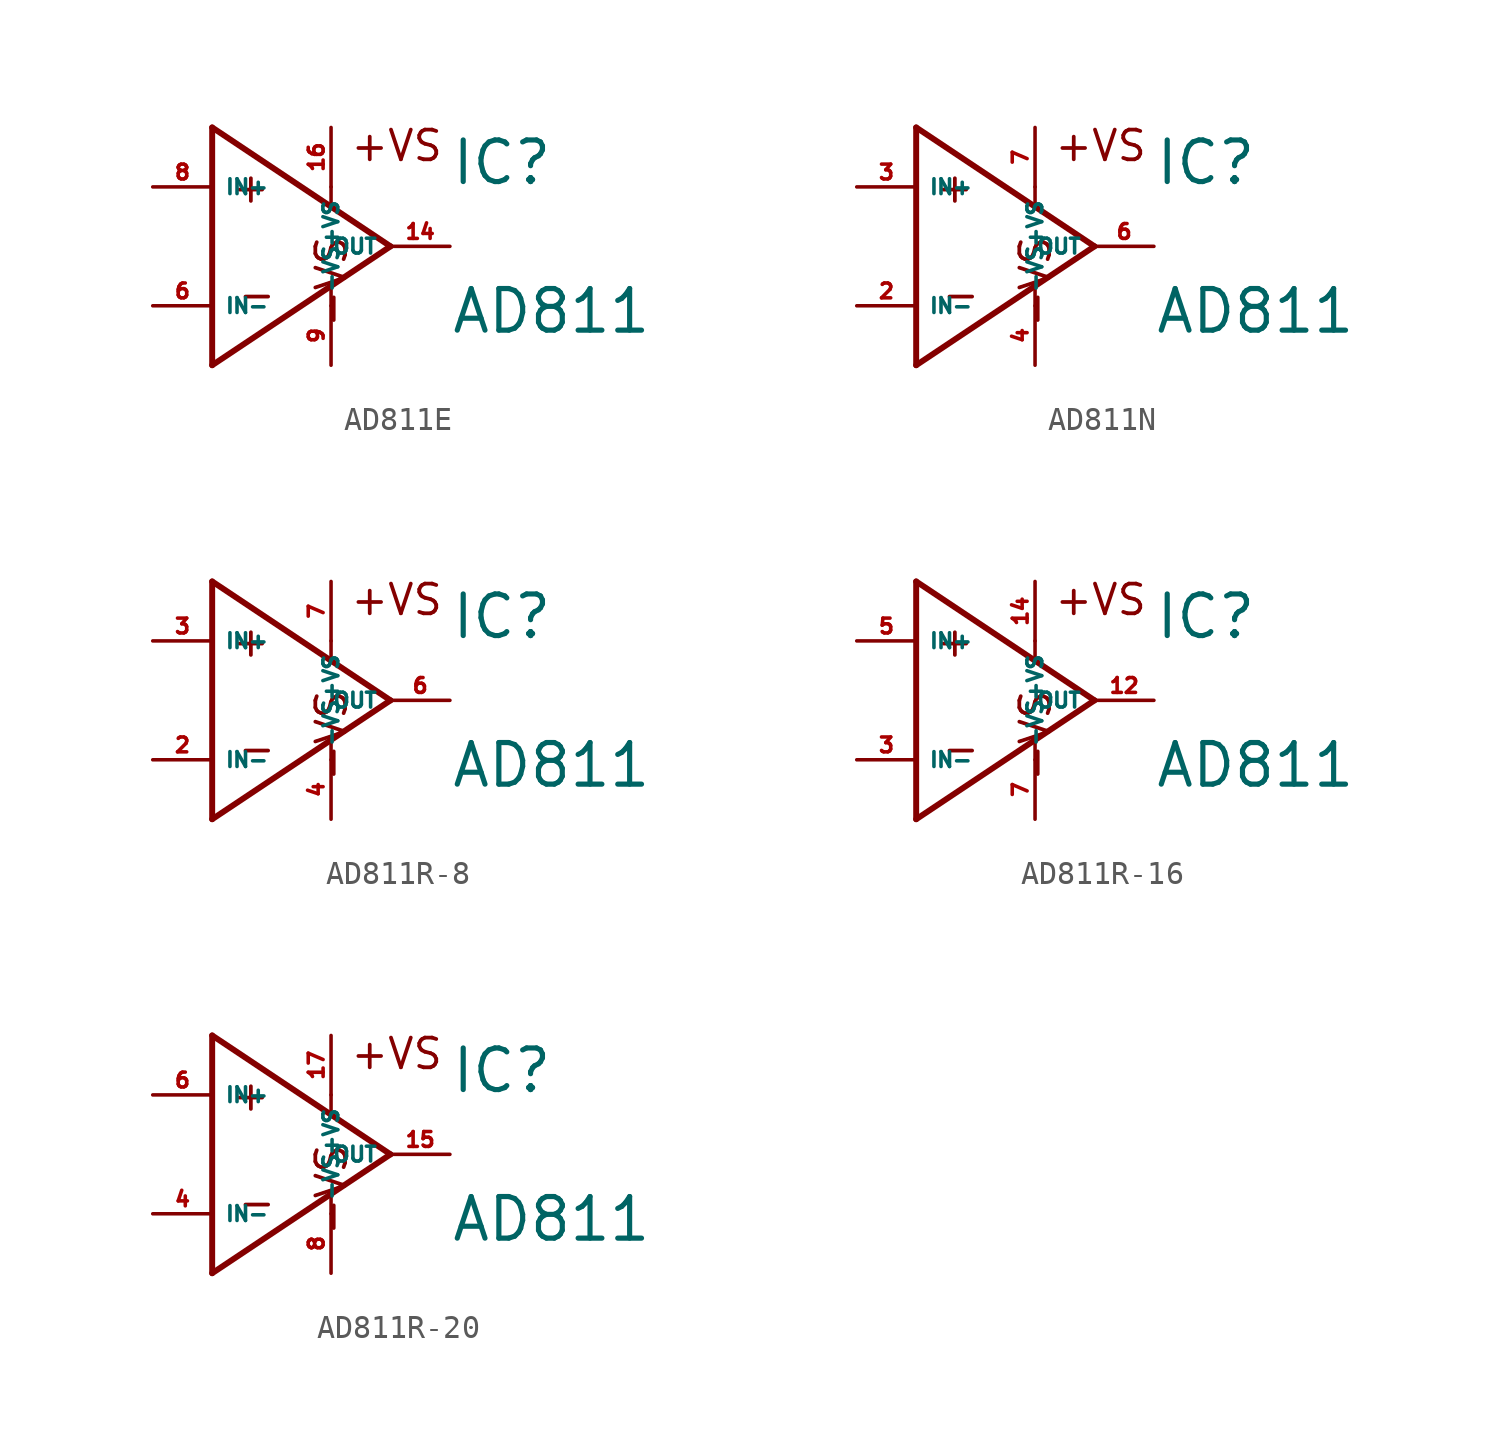
<source format=kicad_sym>
(kicad_symbol_lib
  (version 20220914)
  (generator Eagle2Kicad)
  (symbol "AD811E"
    (property "Reference" "IC"
      (at 7.62 2.54 0)
      (effects (font (size 1.778 1.778) (thickness 0.22)) (justify left bottom)))
    (property "Value" "AD811"
      (at 7.62 -3.81 0)
      (effects (font (size 1.778 1.778) (thickness 0.22)) (justify left bottom)))
    (polyline
      (pts (xy -2.54 5.08) (xy -2.54 -5.08))
      (stroke (width 0.254) (type default))
      (fill (type none)))
    (polyline
      (pts (xy -2.54 -5.08) (xy 5.08 0))
      (stroke (width 0.254) (type default))
      (fill (type none)))
    (polyline
      (pts (xy 5.08 0) (xy -2.54 5.08))
      (stroke (width 0.254) (type default))
      (fill (type none)))
    (polyline
      (pts (xy 2.54 2.54) (xy 2.54 1.778))
      (stroke (width 0.152) (type default))
      (fill (type none)))
    (polyline
      (pts (xy 2.54 -2.54) (xy 2.54 -1.778))
      (stroke (width 0.152) (type default))
      (fill (type none)))
    (text "+"
      (at -1.778 1.778 0)
      (effects (font (size 1.27 1.27) (thickness 0.16)) (justify left bottom)))
    (text "-"
      (at -1.524 -2.794 0)
      (effects (font (size 1.27 1.27) (thickness 0.16)) (justify left bottom)))
    (text "+VS"
      (at 3.302 3.556 0)
      (effects (font (size 1.27 1.27) (thickness 0.16)) (justify left bottom)))
    (text "-VS"
      (at 3.302 -3.556 1800)
      (effects (font (size 1.27 1.27) (thickness 0.16)) (justify left bottom mirror)))
    (pin input line
      (at -5.08 2.54 0)
      (length 2.54)
      (name "IN+" (effects (font (size 0.635 0.635) (thickness 0.08)) (justify left bottom)))
      (number "8" (effects (font (size 0.635 0.635) (thickness 0.08)) (justify left bottom))))
    (pin input line
      (at -5.08 -2.54 0)
      (length 2.54)
      (name "IN-" (effects (font (size 0.635 0.635) (thickness 0.08)) (justify left bottom)))
      (number "6" (effects (font (size 0.635 0.635) (thickness 0.08)) (justify left bottom))))
    (pin output line
      (at 7.62 0 180)
      (length 2.54)
      (name "OUT" (effects (font (size 0.635 0.635) (thickness 0.08)) (justify left bottom)))
      (number "14" (effects (font (size 0.635 0.635) (thickness 0.08)) (justify left bottom))))
    (pin input line
      (at 2.54 -5.08 90)
      (length 2.54)
      (name "-VS" (effects (font (size 0.635 0.635) (thickness 0.08)) (justify left bottom)))
      (number "9" (effects (font (size 0.635 0.635) (thickness 0.08)) (justify left bottom))))
    (pin input line
      (at 2.54 5.08 270)
      (length 2.54)
      (name "+VS" (effects (font (size 0.635 0.635) (thickness 0.08)) (justify left bottom)))
      (number "16" (effects (font (size 0.635 0.635) (thickness 0.08)) (justify left bottom)))))
  (symbol "AD811N"
    (property "Reference" "IC"
      (at 7.62 2.54 0)
      (effects (font (size 1.778 1.778) (thickness 0.22)) (justify left bottom)))
    (property "Value" "AD811"
      (at 7.62 -3.81 0)
      (effects (font (size 1.778 1.778) (thickness 0.22)) (justify left bottom)))
    (polyline
      (pts (xy -2.54 5.08) (xy -2.54 -5.08))
      (stroke (width 0.254) (type default))
      (fill (type none)))
    (polyline
      (pts (xy -2.54 -5.08) (xy 5.08 0))
      (stroke (width 0.254) (type default))
      (fill (type none)))
    (polyline
      (pts (xy 5.08 0) (xy -2.54 5.08))
      (stroke (width 0.254) (type default))
      (fill (type none)))
    (polyline
      (pts (xy 2.54 2.54) (xy 2.54 1.778))
      (stroke (width 0.152) (type default))
      (fill (type none)))
    (polyline
      (pts (xy 2.54 -2.54) (xy 2.54 -1.778))
      (stroke (width 0.152) (type default))
      (fill (type none)))
    (text "+"
      (at -1.778 1.778 0)
      (effects (font (size 1.27 1.27) (thickness 0.16)) (justify left bottom)))
    (text "-"
      (at -1.524 -2.794 0)
      (effects (font (size 1.27 1.27) (thickness 0.16)) (justify left bottom)))
    (text "+VS"
      (at 3.302 3.556 0)
      (effects (font (size 1.27 1.27) (thickness 0.16)) (justify left bottom)))
    (text "-VS"
      (at 3.302 -3.556 1800)
      (effects (font (size 1.27 1.27) (thickness 0.16)) (justify left bottom mirror)))
    (pin input line
      (at -5.08 2.54 0)
      (length 2.54)
      (name "IN+" (effects (font (size 0.635 0.635) (thickness 0.08)) (justify left bottom)))
      (number "3" (effects (font (size 0.635 0.635) (thickness 0.08)) (justify left bottom))))
    (pin input line
      (at -5.08 -2.54 0)
      (length 2.54)
      (name "IN-" (effects (font (size 0.635 0.635) (thickness 0.08)) (justify left bottom)))
      (number "2" (effects (font (size 0.635 0.635) (thickness 0.08)) (justify left bottom))))
    (pin output line
      (at 7.62 0 180)
      (length 2.54)
      (name "OUT" (effects (font (size 0.635 0.635) (thickness 0.08)) (justify left bottom)))
      (number "6" (effects (font (size 0.635 0.635) (thickness 0.08)) (justify left bottom))))
    (pin input line
      (at 2.54 -5.08 90)
      (length 2.54)
      (name "-VS" (effects (font (size 0.635 0.635) (thickness 0.08)) (justify left bottom)))
      (number "4" (effects (font (size 0.635 0.635) (thickness 0.08)) (justify left bottom))))
    (pin input line
      (at 2.54 5.08 270)
      (length 2.54)
      (name "+VS" (effects (font (size 0.635 0.635) (thickness 0.08)) (justify left bottom)))
      (number "7" (effects (font (size 0.635 0.635) (thickness 0.08)) (justify left bottom)))))
  (symbol "AD811R-8"
    (property "Reference" "IC"
      (at 7.62 2.54 0)
      (effects (font (size 1.778 1.778) (thickness 0.22)) (justify left bottom)))
    (property "Value" "AD811"
      (at 7.62 -3.81 0)
      (effects (font (size 1.778 1.778) (thickness 0.22)) (justify left bottom)))
    (polyline
      (pts (xy -2.54 5.08) (xy -2.54 -5.08))
      (stroke (width 0.254) (type default))
      (fill (type none)))
    (polyline
      (pts (xy -2.54 -5.08) (xy 5.08 0))
      (stroke (width 0.254) (type default))
      (fill (type none)))
    (polyline
      (pts (xy 5.08 0) (xy -2.54 5.08))
      (stroke (width 0.254) (type default))
      (fill (type none)))
    (polyline
      (pts (xy 2.54 2.54) (xy 2.54 1.778))
      (stroke (width 0.152) (type default))
      (fill (type none)))
    (polyline
      (pts (xy 2.54 -2.54) (xy 2.54 -1.778))
      (stroke (width 0.152) (type default))
      (fill (type none)))
    (text "+"
      (at -1.778 1.778 0)
      (effects (font (size 1.27 1.27) (thickness 0.16)) (justify left bottom)))
    (text "-"
      (at -1.524 -2.794 0)
      (effects (font (size 1.27 1.27) (thickness 0.16)) (justify left bottom)))
    (text "+VS"
      (at 3.302 3.556 0)
      (effects (font (size 1.27 1.27) (thickness 0.16)) (justify left bottom)))
    (text "-VS"
      (at 3.302 -3.556 1800)
      (effects (font (size 1.27 1.27) (thickness 0.16)) (justify left bottom mirror)))
    (pin input line
      (at -5.08 2.54 0)
      (length 2.54)
      (name "IN+" (effects (font (size 0.635 0.635) (thickness 0.08)) (justify left bottom)))
      (number "3" (effects (font (size 0.635 0.635) (thickness 0.08)) (justify left bottom))))
    (pin input line
      (at -5.08 -2.54 0)
      (length 2.54)
      (name "IN-" (effects (font (size 0.635 0.635) (thickness 0.08)) (justify left bottom)))
      (number "2" (effects (font (size 0.635 0.635) (thickness 0.08)) (justify left bottom))))
    (pin output line
      (at 7.62 0 180)
      (length 2.54)
      (name "OUT" (effects (font (size 0.635 0.635) (thickness 0.08)) (justify left bottom)))
      (number "6" (effects (font (size 0.635 0.635) (thickness 0.08)) (justify left bottom))))
    (pin input line
      (at 2.54 -5.08 90)
      (length 2.54)
      (name "-VS" (effects (font (size 0.635 0.635) (thickness 0.08)) (justify left bottom)))
      (number "4" (effects (font (size 0.635 0.635) (thickness 0.08)) (justify left bottom))))
    (pin input line
      (at 2.54 5.08 270)
      (length 2.54)
      (name "+VS" (effects (font (size 0.635 0.635) (thickness 0.08)) (justify left bottom)))
      (number "7" (effects (font (size 0.635 0.635) (thickness 0.08)) (justify left bottom)))))
  (symbol "AD811R-16"
    (property "Reference" "IC"
      (at 7.62 2.54 0)
      (effects (font (size 1.778 1.778) (thickness 0.22)) (justify left bottom)))
    (property "Value" "AD811"
      (at 7.62 -3.81 0)
      (effects (font (size 1.778 1.778) (thickness 0.22)) (justify left bottom)))
    (polyline
      (pts (xy -2.54 5.08) (xy -2.54 -5.08))
      (stroke (width 0.254) (type default))
      (fill (type none)))
    (polyline
      (pts (xy -2.54 -5.08) (xy 5.08 0))
      (stroke (width 0.254) (type default))
      (fill (type none)))
    (polyline
      (pts (xy 5.08 0) (xy -2.54 5.08))
      (stroke (width 0.254) (type default))
      (fill (type none)))
    (polyline
      (pts (xy 2.54 2.54) (xy 2.54 1.778))
      (stroke (width 0.152) (type default))
      (fill (type none)))
    (polyline
      (pts (xy 2.54 -2.54) (xy 2.54 -1.778))
      (stroke (width 0.152) (type default))
      (fill (type none)))
    (text "+"
      (at -1.778 1.778 0)
      (effects (font (size 1.27 1.27) (thickness 0.16)) (justify left bottom)))
    (text "-"
      (at -1.524 -2.794 0)
      (effects (font (size 1.27 1.27) (thickness 0.16)) (justify left bottom)))
    (text "+VS"
      (at 3.302 3.556 0)
      (effects (font (size 1.27 1.27) (thickness 0.16)) (justify left bottom)))
    (text "-VS"
      (at 3.302 -3.556 1800)
      (effects (font (size 1.27 1.27) (thickness 0.16)) (justify left bottom mirror)))
    (pin input line
      (at -5.08 2.54 0)
      (length 2.54)
      (name "IN+" (effects (font (size 0.635 0.635) (thickness 0.08)) (justify left bottom)))
      (number "5" (effects (font (size 0.635 0.635) (thickness 0.08)) (justify left bottom))))
    (pin input line
      (at -5.08 -2.54 0)
      (length 2.54)
      (name "IN-" (effects (font (size 0.635 0.635) (thickness 0.08)) (justify left bottom)))
      (number "3" (effects (font (size 0.635 0.635) (thickness 0.08)) (justify left bottom))))
    (pin output line
      (at 7.62 0 180)
      (length 2.54)
      (name "OUT" (effects (font (size 0.635 0.635) (thickness 0.08)) (justify left bottom)))
      (number "12" (effects (font (size 0.635 0.635) (thickness 0.08)) (justify left bottom))))
    (pin input line
      (at 2.54 -5.08 90)
      (length 2.54)
      (name "-VS" (effects (font (size 0.635 0.635) (thickness 0.08)) (justify left bottom)))
      (number "7" (effects (font (size 0.635 0.635) (thickness 0.08)) (justify left bottom))))
    (pin input line
      (at 2.54 5.08 270)
      (length 2.54)
      (name "+VS" (effects (font (size 0.635 0.635) (thickness 0.08)) (justify left bottom)))
      (number "14" (effects (font (size 0.635 0.635) (thickness 0.08)) (justify left bottom)))))
  (symbol "AD811R-20"
    (property "Reference" "IC"
      (at 7.62 2.54 0)
      (effects (font (size 1.778 1.778) (thickness 0.22)) (justify left bottom)))
    (property "Value" "AD811"
      (at 7.62 -3.81 0)
      (effects (font (size 1.778 1.778) (thickness 0.22)) (justify left bottom)))
    (polyline
      (pts (xy -2.54 5.08) (xy -2.54 -5.08))
      (stroke (width 0.254) (type default))
      (fill (type none)))
    (polyline
      (pts (xy -2.54 -5.08) (xy 5.08 0))
      (stroke (width 0.254) (type default))
      (fill (type none)))
    (polyline
      (pts (xy 5.08 0) (xy -2.54 5.08))
      (stroke (width 0.254) (type default))
      (fill (type none)))
    (polyline
      (pts (xy 2.54 2.54) (xy 2.54 1.778))
      (stroke (width 0.152) (type default))
      (fill (type none)))
    (polyline
      (pts (xy 2.54 -2.54) (xy 2.54 -1.778))
      (stroke (width 0.152) (type default))
      (fill (type none)))
    (text "+"
      (at -1.778 1.778 0)
      (effects (font (size 1.27 1.27) (thickness 0.16)) (justify left bottom)))
    (text "-"
      (at -1.524 -2.794 0)
      (effects (font (size 1.27 1.27) (thickness 0.16)) (justify left bottom)))
    (text "+VS"
      (at 3.302 3.556 0)
      (effects (font (size 1.27 1.27) (thickness 0.16)) (justify left bottom)))
    (text "-VS"
      (at 3.302 -3.556 1800)
      (effects (font (size 1.27 1.27) (thickness 0.16)) (justify left bottom mirror)))
    (pin input line
      (at -5.08 2.54 0)
      (length 2.54)
      (name "IN+" (effects (font (size 0.635 0.635) (thickness 0.08)) (justify left bottom)))
      (number "6" (effects (font (size 0.635 0.635) (thickness 0.08)) (justify left bottom))))
    (pin input line
      (at -5.08 -2.54 0)
      (length 2.54)
      (name "IN-" (effects (font (size 0.635 0.635) (thickness 0.08)) (justify left bottom)))
      (number "4" (effects (font (size 0.635 0.635) (thickness 0.08)) (justify left bottom))))
    (pin output line
      (at 7.62 0 180)
      (length 2.54)
      (name "OUT" (effects (font (size 0.635 0.635) (thickness 0.08)) (justify left bottom)))
      (number "15" (effects (font (size 0.635 0.635) (thickness 0.08)) (justify left bottom))))
    (pin input line
      (at 2.54 -5.08 90)
      (length 2.54)
      (name "-VS" (effects (font (size 0.635 0.635) (thickness 0.08)) (justify left bottom)))
      (number "8" (effects (font (size 0.635 0.635) (thickness 0.08)) (justify left bottom))))
    (pin input line
      (at 2.54 5.08 270)
      (length 2.54)
      (name "+VS" (effects (font (size 0.635 0.635) (thickness 0.08)) (justify left bottom)))
      (number "17" (effects (font (size 0.635 0.635) (thickness 0.08)) (justify left bottom))))))
</source>
